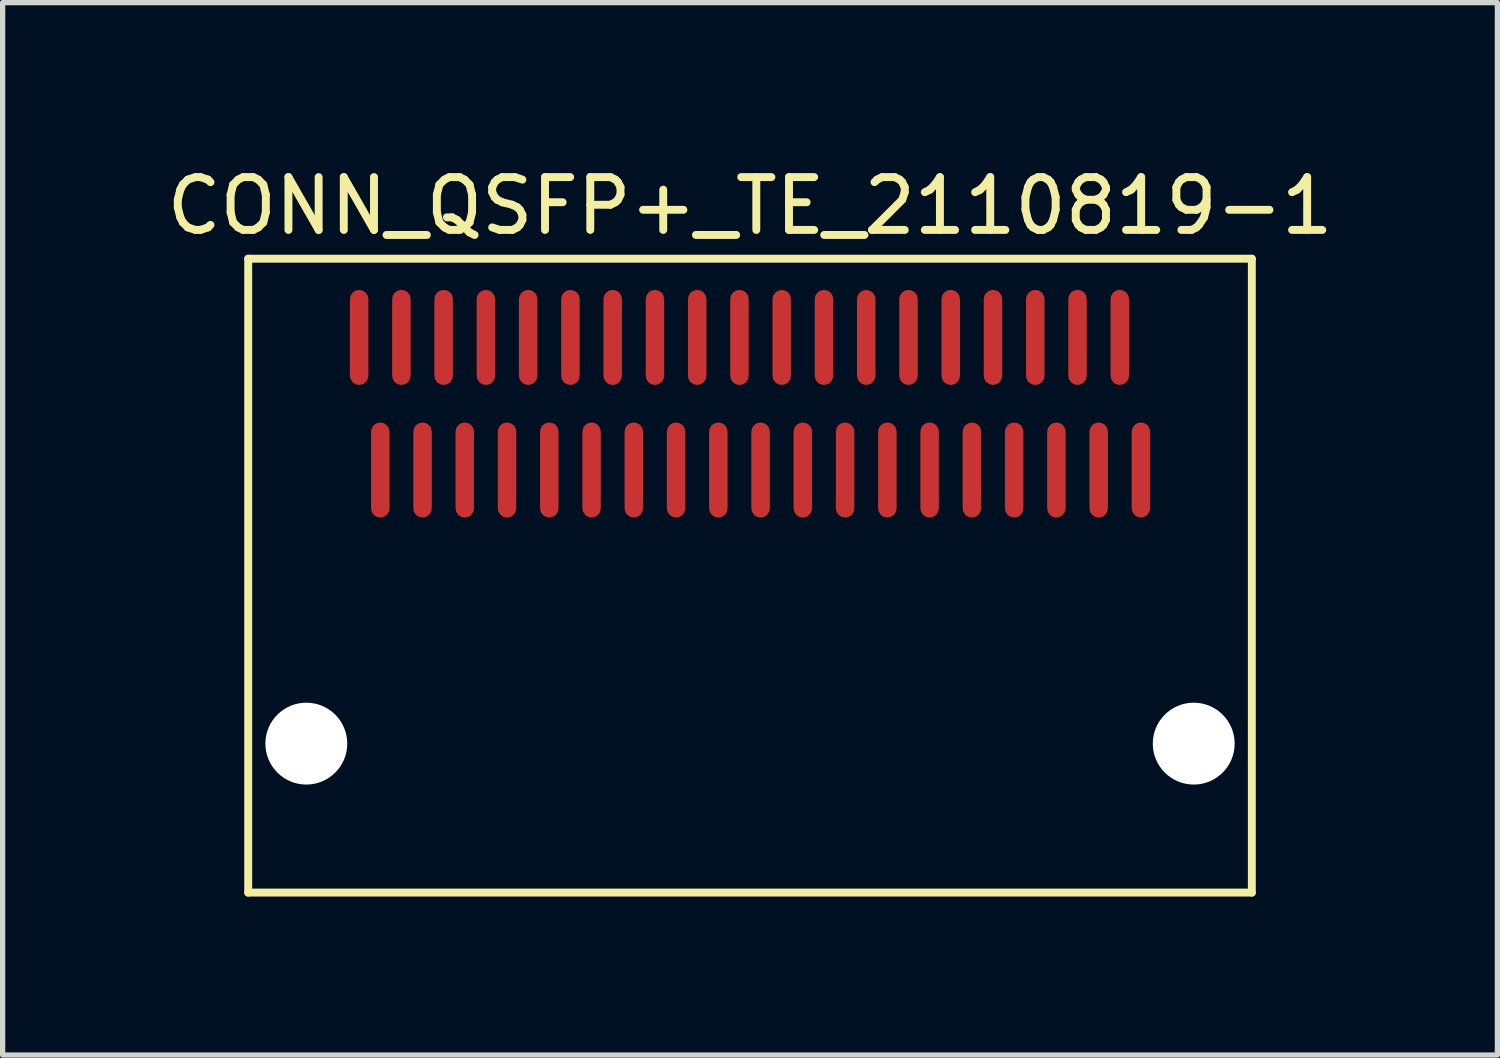
<source format=kicad_pcb>
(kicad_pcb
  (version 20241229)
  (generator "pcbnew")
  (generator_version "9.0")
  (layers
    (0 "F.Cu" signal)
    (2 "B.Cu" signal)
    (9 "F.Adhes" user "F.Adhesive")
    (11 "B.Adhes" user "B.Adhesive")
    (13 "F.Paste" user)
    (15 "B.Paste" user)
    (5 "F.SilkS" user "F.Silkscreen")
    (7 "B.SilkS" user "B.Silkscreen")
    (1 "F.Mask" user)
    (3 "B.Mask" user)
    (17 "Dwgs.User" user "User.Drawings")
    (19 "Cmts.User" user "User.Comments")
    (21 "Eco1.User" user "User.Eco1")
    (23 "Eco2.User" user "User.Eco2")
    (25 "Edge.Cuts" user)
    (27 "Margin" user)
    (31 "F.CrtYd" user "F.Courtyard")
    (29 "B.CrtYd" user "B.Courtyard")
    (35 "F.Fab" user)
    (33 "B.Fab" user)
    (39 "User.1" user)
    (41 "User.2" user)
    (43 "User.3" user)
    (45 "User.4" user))
  (footprint "CONN_QSFP+_TE_2110819-1"
    (layer "F.Cu")
    (at 11.149 5.848)
    (property "Reference" "CONN_QSFP+_TE_2110819-1" (at 0 -5 0) (layer "F.SilkS") (effects (font (size 1 1) (thickness 0.15))))
    (attr smd)
    (fp_line (start -9.5 -4) (end -9.5 8) (stroke (width 0.15) (type solid)) (layer "F.SilkS"))
    (fp_line (start -9.5 8) (end 9.5 8) (stroke (width 0.15) (type solid)) (layer "F.SilkS"))
    (fp_line (start 9.5 -4) (end -9.5 -4) (stroke (width 0.15) (type solid)) (layer "F.SilkS"))
    (fp_line (start 9.5 8) (end 9.5 -4) (stroke (width 0.15) (type solid)) (layer "F.SilkS"))
    (pad "" np_thru_hole circle (at -8.4 5.18) (size 1.55 1.55) (drill 1.55) (layers "*.Cu" "*.Mask"))
    (pad "" np_thru_hole circle (at 8.4 5.18) (size 1.55 1.55) (drill 1.55) (layers "*.Cu" "*.Mask"))
    (pad "1" smd roundrect (at -7 0) (size 0.35 1.8) (layers "F.Cu" "F.Mask" "F.Paste") (roundrect_rratio 0.5))
    (pad "2" smd roundrect (at -6.2 0) (size 0.35 1.8) (layers "F.Cu" "F.Mask" "F.Paste") (roundrect_rratio 0.5))
    (pad "3" smd roundrect (at -5.4 0) (size 0.35 1.8) (layers "F.Cu" "F.Mask" "F.Paste") (roundrect_rratio 0.5))
    (pad "4" smd roundrect (at -4.6 0) (size 0.35 1.8) (layers "F.Cu" "F.Mask" "F.Paste") (roundrect_rratio 0.5))
    (pad "5" smd roundrect (at -3.8 0) (size 0.35 1.8) (layers "F.Cu" "F.Mask" "F.Paste") (roundrect_rratio 0.5))
    (pad "6" smd roundrect (at -3 0) (size 0.35 1.8) (layers "F.Cu" "F.Mask" "F.Paste") (roundrect_rratio 0.5))
    (pad "7" smd roundrect (at -2.2 0) (size 0.35 1.8) (layers "F.Cu" "F.Mask" "F.Paste") (roundrect_rratio 0.5))
    (pad "8" smd roundrect (at -1.4 0) (size 0.35 1.8) (layers "F.Cu" "F.Mask" "F.Paste") (roundrect_rratio 0.5))
    (pad "9" smd roundrect (at -0.6 0) (size 0.35 1.8) (layers "F.Cu" "F.Mask" "F.Paste") (roundrect_rratio 0.5))
    (pad "10" smd roundrect (at 0.2 0) (size 0.35 1.8) (layers "F.Cu" "F.Mask" "F.Paste") (roundrect_rratio 0.5))
    (pad "11" smd roundrect (at 1 0) (size 0.35 1.8) (layers "F.Cu" "F.Mask" "F.Paste") (roundrect_rratio 0.5))
    (pad "12" smd roundrect (at 1.8 0) (size 0.35 1.8) (layers "F.Cu" "F.Mask" "F.Paste") (roundrect_rratio 0.5))
    (pad "13" smd roundrect (at 2.6 0) (size 0.35 1.8) (layers "F.Cu" "F.Mask" "F.Paste") (roundrect_rratio 0.5))
    (pad "14" smd roundrect (at 3.4 0) (size 0.35 1.8) (layers "F.Cu" "F.Mask" "F.Paste") (roundrect_rratio 0.5))
    (pad "15" smd roundrect (at 4.2 0) (size 0.35 1.8) (layers "F.Cu" "F.Mask" "F.Paste") (roundrect_rratio 0.5))
    (pad "16" smd roundrect (at 5 0) (size 0.35 1.8) (layers "F.Cu" "F.Mask" "F.Paste") (roundrect_rratio 0.5))
    (pad "17" smd roundrect (at 5.8 0) (size 0.35 1.8) (layers "F.Cu" "F.Mask" "F.Paste") (roundrect_rratio 0.5))
    (pad "18" smd roundrect (at 6.6 0) (size 0.35 1.8) (layers "F.Cu" "F.Mask" "F.Paste") (roundrect_rratio 0.5))
    (pad "19" smd roundrect (at 7.4 0) (size 0.35 1.8) (layers "F.Cu" "F.Mask" "F.Paste") (roundrect_rratio 0.5))
    (pad "20" smd roundrect (at 7 -2.51) (size 0.35 1.8) (layers "F.Cu" "F.Mask" "F.Paste") (roundrect_rratio 0.5))
    (pad "21" smd roundrect (at 6.2 -2.51) (size 0.35 1.8) (layers "F.Cu" "F.Mask" "F.Paste") (roundrect_rratio 0.5))
    (pad "22" smd roundrect (at 5.4 -2.51) (size 0.35 1.8) (layers "F.Cu" "F.Mask" "F.Paste") (roundrect_rratio 0.5))
    (pad "23" smd roundrect (at 4.6 -2.51) (size 0.35 1.8) (layers "F.Cu" "F.Mask" "F.Paste") (roundrect_rratio 0.5))
    (pad "24" smd roundrect (at 3.8 -2.51) (size 0.35 1.8) (layers "F.Cu" "F.Mask" "F.Paste") (roundrect_rratio 0.5))
    (pad "25" smd roundrect (at 3 -2.51) (size 0.35 1.8) (layers "F.Cu" "F.Mask" "F.Paste") (roundrect_rratio 0.5))
    (pad "26" smd roundrect (at 2.2 -2.51) (size 0.35 1.8) (layers "F.Cu" "F.Mask" "F.Paste") (roundrect_rratio 0.5))
    (pad "27" smd roundrect (at 1.4 -2.51) (size 0.35 1.8) (layers "F.Cu" "F.Mask" "F.Paste") (roundrect_rratio 0.5))
    (pad "28" smd roundrect (at 0.6 -2.51) (size 0.35 1.8) (layers "F.Cu" "F.Mask" "F.Paste") (roundrect_rratio 0.5))
    (pad "29" smd roundrect (at -0.2 -2.51) (size 0.35 1.8) (layers "F.Cu" "F.Mask" "F.Paste") (roundrect_rratio 0.5))
    (pad "30" smd roundrect (at -1 -2.51) (size 0.35 1.8) (layers "F.Cu" "F.Mask" "F.Paste") (roundrect_rratio 0.5))
    (pad "31" smd roundrect (at -1.8 -2.51) (size 0.35 1.8) (layers "F.Cu" "F.Mask" "F.Paste") (roundrect_rratio 0.5))
    (pad "32" smd roundrect (at -2.6 -2.51) (size 0.35 1.8) (layers "F.Cu" "F.Mask" "F.Paste") (roundrect_rratio 0.5))
    (pad "33" smd roundrect (at -3.4 -2.51) (size 0.35 1.8) (layers "F.Cu" "F.Mask" "F.Paste") (roundrect_rratio 0.5))
    (pad "34" smd roundrect (at -4.2 -2.51) (size 0.35 1.8) (layers "F.Cu" "F.Mask" "F.Paste") (roundrect_rratio 0.5))
    (pad "35" smd roundrect (at -5 -2.51) (size 0.35 1.8) (layers "F.Cu" "F.Mask" "F.Paste") (roundrect_rratio 0.5))
    (pad "36" smd roundrect (at -5.8 -2.51) (size 0.35 1.8) (layers "F.Cu" "F.Mask" "F.Paste") (roundrect_rratio 0.5))
    (pad "37" smd roundrect (at -6.6 -2.51) (size 0.35 1.8) (layers "F.Cu" "F.Mask" "F.Paste") (roundrect_rratio 0.5))
    (pad "38" smd roundrect (at -7.4 -2.51) (size 0.35 1.8) (layers "F.Cu" "F.Mask" "F.Paste") (roundrect_rratio 0.5)))
  (gr_rect
    (start -3 -3)
    (end 25.298 16.923)
    (stroke (width 0.1) (type default))
    (fill no)
    (layer "Edge.Cuts")))
</source>
